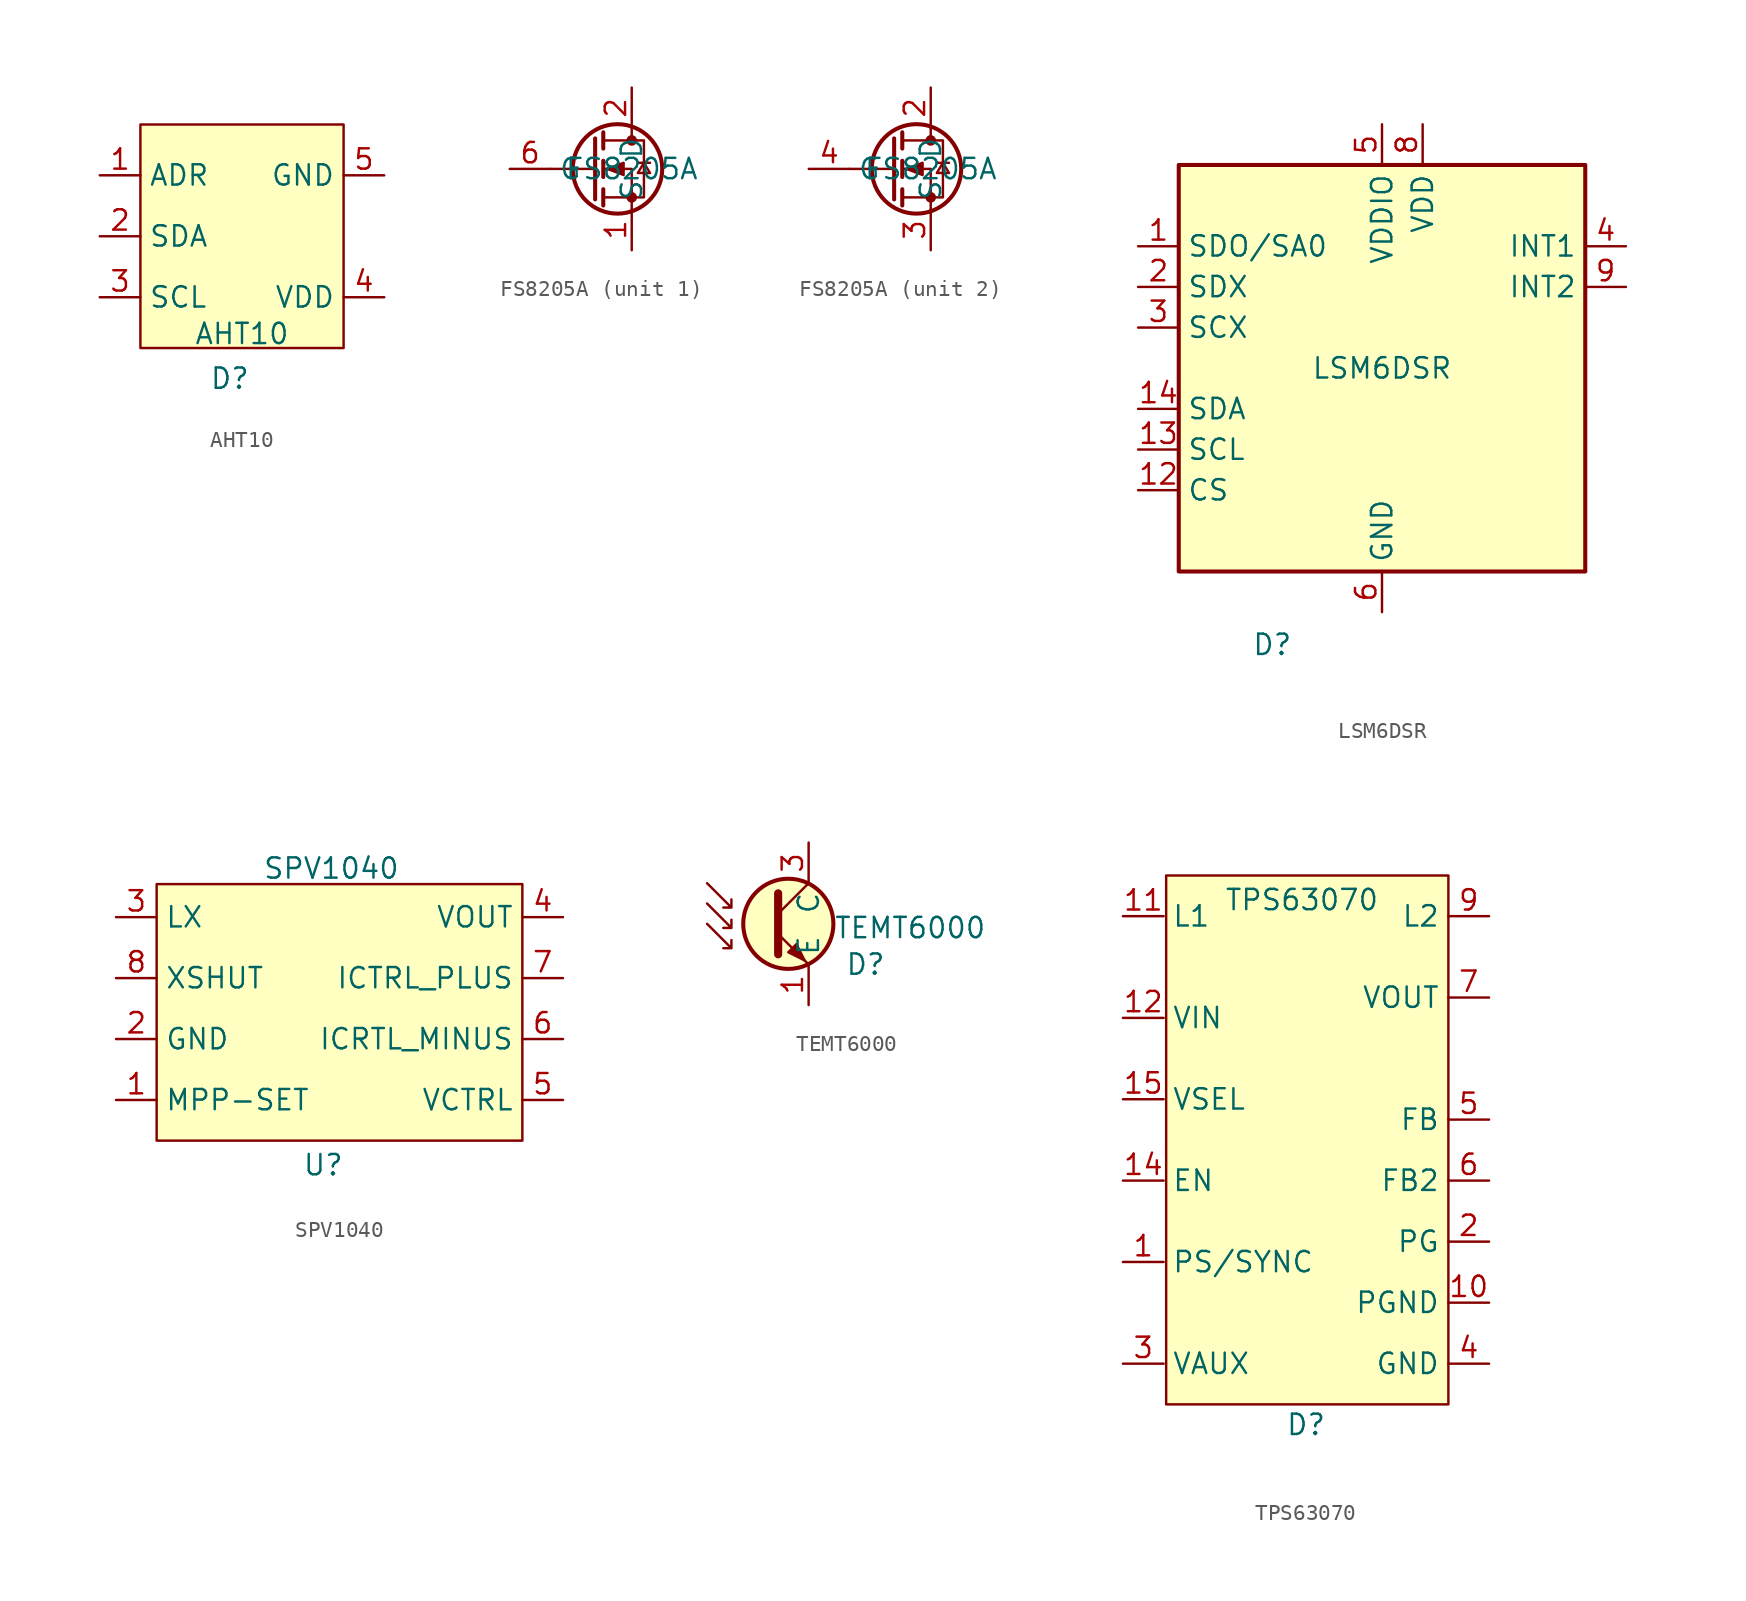
<source format=kicad_sym>
(kicad_symbol_lib
  (version 20241209)
  (generator "kicad_symbol_editor")
  (generator_version "9.0")
  (symbol "AHT10"
    (property "Reference" "D"
      (at -0.762 -8.89 0)
      (effects (font (size 1.27 1.27))))
    (property "Value" "AHT10"
      (at 0 -6.096 0)
      (effects (font (size 1.27 1.27))))
    (symbol "AHT10_1_1"
      (rectangle (start -6.35 6.985) (end 6.35 -6.985) (stroke (width 0) (type solid)) (fill (type color) (color 255 255 194 1)))
      (pin input line (at -8.89 3.81 0) (length 2.54) (name "ADR" (effects (font (size 1.27 1.27)))) (number "1" (effects (font (size 1.27 1.27)))))
      (pin bidirectional line (at -8.89 0 0) (length 2.54) (name "SDA" (effects (font (size 1.27 1.27)))) (number "2" (effects (font (size 1.27 1.27)))))
      (pin bidirectional line (at -8.89 -3.81 0) (length 2.54) (name "SCL" (effects (font (size 1.27 1.27)))) (number "3" (effects (font (size 1.27 1.27)))))
      (pin no_connect line (at 0 8.89 270) (length 2.54) (hide yes) (name "NC" (effects (font (size 1.27 1.27)))) (number "6" (effects (font (size 1.27 1.27)))))
      (pin power_in line (at 8.89 3.81 180) (length 2.54) (name "GND" (effects (font (size 1.27 1.27)))) (number "5" (effects (font (size 1.27 1.27)))))
      (pin power_in line (at 8.89 -3.81 180) (length 2.54) (name "VDD" (effects (font (size 1.27 1.27)))) (number "4" (effects (font (size 1.27 1.27)))))))
  (symbol "FS8205A"
    (property "Reference" "D"
      (at 1.524 -3.302 0)
      (effects (font (size 1.27 1.27)) (hide yes)))
    (property "Value" "FS8205A"
      (at 0 0 0)
      (effects (font (size 1.27 1.27))))
    (property "ki_locked" ""
      (at 0 0 0)
      (effects (font (size 1.27 1.27))))
    (symbol "FS8205A_0_1"
      (polyline (pts (xy -2.286 1.905) (xy -2.286 -1.905)) (stroke (width 0.254) (type default)) (fill (type none)))
      (polyline (pts (xy -2.286 0) (xy -5.08 0)) (stroke (width 0) (type default)) (fill (type none)))
      (polyline (pts (xy -1.778 2.286) (xy -1.778 1.27)) (stroke (width 0.254) (type default)) (fill (type none)))
      (polyline (pts (xy -1.778 0.508) (xy -1.778 -0.508)) (stroke (width 0.254) (type default)) (fill (type none)))
      (polyline (pts (xy -1.778 -1.27) (xy -1.778 -2.286)) (stroke (width 0.254) (type default)) (fill (type none)))
      (polyline (pts (xy -1.778 -1.778) (xy 0.762 -1.778) (xy 0.762 1.778) (xy -1.778 1.778)) (stroke (width 0) (type default)) (fill (type none)))
      (polyline (pts (xy -1.524 0) (xy -0.508 0.381) (xy -0.508 -0.381) (xy -1.524 0)) (stroke (width 0) (type default)) (fill (type outline)))
      (circle (center -0.889 0) (radius 2.794) (stroke (width 0.254) (type default)) (fill (type none)))
      (polyline (pts (xy 0 2.54) (xy 0 1.778)) (stroke (width 0) (type default)) (fill (type none)))
      (circle (center 0 1.778) (radius 0.254) (stroke (width 0) (type default)) (fill (type outline)))
      (circle (center 0 -1.778) (radius 0.254) (stroke (width 0) (type default)) (fill (type outline)))
      (polyline (pts (xy 0 -2.54) (xy 0 0) (xy -1.778 0)) (stroke (width 0) (type default)) (fill (type none)))
      (polyline (pts (xy 0.381 0.381) (xy 1.143 0.381)) (stroke (width 0) (type default)) (fill (type none)))
      (polyline (pts (xy 0.762 0.381) (xy 0.381 -0.254) (xy 1.143 -0.254) (xy 0.762 0.381)) (stroke (width 0) (type default)) (fill (type none))))
    (symbol "FS8205A_1_1"
      (pin input line (at -7.62 0 0) (length 2.54) (name "G" (effects (font (size 1.27 1.27)))) (number "6" (effects (font (size 1.27 1.27)))))
      (pin passive line (at 0 5.08 270) (length 2.54) (name "D" (effects (font (size 1.27 1.27)))) (number "2" (effects (font (size 1.27 1.27)))))
      (pin passive line (at 0 5.08 270) (length 2.54) (hide yes) (name "D" (effects (font (size 1.27 1.27)))) (number "5" (effects (font (size 1.27 1.27)))))
      (pin passive line (at 0 -5.08 90) (length 2.54) (name "S" (effects (font (size 1.27 1.27)))) (number "1" (effects (font (size 1.27 1.27))))))
    (symbol "FS8205A_2_1"
      (pin input line (at -7.62 0 0) (length 2.54) (name "G" (effects (font (size 1.27 1.27)))) (number "4" (effects (font (size 1.27 1.27)))))
      (pin passive line (at 0 5.08 270) (length 2.54) (name "D" (effects (font (size 1.27 1.27)))) (number "2" (effects (font (size 1.27 1.27)))))
      (pin passive line (at 0 5.08 270) (length 2.54) (hide yes) (name "D" (effects (font (size 1.27 1.27)))) (number "5" (effects (font (size 1.27 1.27)))))
      (pin passive line (at 0 -5.08 90) (length 2.54) (name "S" (effects (font (size 1.27 1.27)))) (number "3" (effects (font (size 1.27 1.27)))))))
  (symbol "LSM6DSR"
    (property "Reference" "D"
      (at -6.858 -17.272 0)
      (effects (font (size 1.27 1.27))))
    (property "Value" "LSM6DSR"
      (at 0 0 0)
      (effects (font (size 1.27 1.27))))
    (symbol "LSM6DSR_0_1"
      (rectangle (start -12.7 12.7) (end 12.7 -12.7) (stroke (width 0.254) (type default)) (fill (type background))))
    (symbol "LSM6DSR_1_1"
      (pin bidirectional line (at -15.24 7.62 0) (length 2.54) (name "SDO/SA0" (effects (font (size 1.27 1.27)))) (number "1" (effects (font (size 1.27 1.27)))))
      (pin bidirectional line (at -15.24 5.08 0) (length 2.54) (name "SDX" (effects (font (size 1.27 1.27)))) (number "2" (effects (font (size 1.27 1.27)))))
      (pin input line (at -15.24 2.54 0) (length 2.54) (name "SCX" (effects (font (size 1.27 1.27)))) (number "3" (effects (font (size 1.27 1.27)))))
      (pin bidirectional line (at -15.24 -2.54 0) (length 2.54) (name "SDA" (effects (font (size 1.27 1.27)))) (number "14" (effects (font (size 1.27 1.27)))))
      (pin input line (at -15.24 -5.08 0) (length 2.54) (name "SCL" (effects (font (size 1.27 1.27)))) (number "13" (effects (font (size 1.27 1.27)))))
      (pin input line (at -15.24 -7.62 0) (length 2.54) (name "CS" (effects (font (size 1.27 1.27)))) (number "12" (effects (font (size 1.27 1.27)))))
      (pin power_in line (at 0 15.24 270) (length 2.54) (name "VDDIO" (effects (font (size 1.27 1.27)))) (number "5" (effects (font (size 1.27 1.27)))))
      (pin power_in line (at 0 -15.24 90) (length 2.54) (name "GND" (effects (font (size 1.27 1.27)))) (number "6" (effects (font (size 1.27 1.27)))))
      (pin passive line (at 0 -15.24 90) (length 2.54) (hide yes) (name "GND" (effects (font (size 1.27 1.27)))) (number "7" (effects (font (size 1.27 1.27)))))
      (pin power_in line (at 2.54 15.24 270) (length 2.54) (name "VDD" (effects (font (size 1.27 1.27)))) (number "8" (effects (font (size 1.27 1.27)))))
      (pin no_connect line (at 12.7 -2.54 180) (length 3.81) (hide yes) (name "NC" (effects (font (size 1.27 1.27)))) (number "11" (effects (font (size 1.27 1.27)))))
      (pin no_connect line (at 12.7 -5.08 180) (length 3.81) (hide yes) (name "NC" (effects (font (size 1.27 1.27)))) (number "10" (effects (font (size 1.27 1.27)))))
      (pin output line (at 15.24 7.62 180) (length 2.54) (name "INT1" (effects (font (size 1.27 1.27)))) (number "4" (effects (font (size 1.27 1.27)))))
      (pin output line (at 15.24 5.08 180) (length 2.54) (name "INT2" (effects (font (size 1.27 1.27)))) (number "9" (effects (font (size 1.27 1.27)))))))
  (symbol "SPV1040"
    (property "Reference" "U"
      (at -1.016 -10.414 0)
      (effects (font (size 1.27 1.27))))
    (property "Value" "SPV1040"
      (at -0.508 8.128 0)
      (effects (font (size 1.27 1.27))))
    (symbol "SPV1040_1_1"
      (rectangle (start -11.43 7.144) (end 11.43 -8.89) (stroke (width 0) (type solid)) (fill (type color) (color 255 255 194 1)))
      (pin input line (at -13.97 5.08 0) (length 2.54) (name "LX" (effects (font (size 1.27 1.27)))) (number "3" (effects (font (size 1.27 1.27)))))
      (pin input line (at -13.97 1.27 0) (length 2.54) (name "XSHUT" (effects (font (size 1.27 1.27)))) (number "8" (effects (font (size 1.27 1.27)))))
      (pin power_in line (at -13.97 -2.54 0) (length 2.54) (name "GND" (effects (font (size 1.27 1.27)))) (number "2" (effects (font (size 1.27 1.27)))))
      (pin input line (at -13.97 -6.35 0) (length 2.54) (name "MPP-SET" (effects (font (size 1.27 1.27)))) (number "1" (effects (font (size 1.27 1.27)))))
      (pin output line (at 13.97 5.08 180) (length 2.54) (name "VOUT" (effects (font (size 1.27 1.27)))) (number "4" (effects (font (size 1.27 1.27)))))
      (pin input line (at 13.97 1.27 180) (length 2.54) (name "ICTRL_PLUS" (effects (font (size 1.27 1.27)))) (number "7" (effects (font (size 1.27 1.27)))))
      (pin input line (at 13.97 -2.54 180) (length 2.54) (name "ICRTL_MINUS" (effects (font (size 1.27 1.27)))) (number "6" (effects (font (size 1.27 1.27)))))
      (pin input line (at 13.97 -6.35 180) (length 2.54) (name "VCTRL" (effects (font (size 1.27 1.27)))) (number "5" (effects (font (size 1.27 1.27)))))))
  (symbol "TEMT6000"
    (property "Reference" "D"
      (at 3.556 -2.54 0)
      (effects (font (size 1.27 1.27))))
    (property "Value" "TEMT6000"
      (at 6.35 -0.254 0)
      (effects (font (size 1.27 1.27))))
    (symbol "TEMT6000_0_1"
      (polyline (pts (xy -6.35 2.54) (xy -4.826 1.016) (xy -5.334 1.016) (xy -4.826 1.016) (xy -4.826 1.524)) (stroke (width 0) (type default)) (fill (type none)))
      (polyline (pts (xy -6.35 1.27) (xy -4.826 -0.254) (xy -5.334 -0.254) (xy -4.826 -0.254) (xy -4.826 0.254)) (stroke (width 0) (type default)) (fill (type none)))
      (polyline (pts (xy -6.35 0) (xy -4.826 -1.524) (xy -5.334 -1.524) (xy -4.826 -1.524) (xy -4.826 -1.016)) (stroke (width 0) (type default)) (fill (type none)))
      (polyline (pts (xy -1.905 1.905) (xy -1.905 -1.905) (xy -1.905 -1.905)) (stroke (width 0.508) (type default)) (fill (type none)))
      (polyline (pts (xy -1.905 0.635) (xy 0 2.54)) (stroke (width 0) (type default)) (fill (type none)))
      (polyline (pts (xy -1.905 -0.635) (xy 0 -2.54) (xy 0 -2.54)) (stroke (width 0) (type default)) (fill (type none)))
      (circle (center -1.27 0) (radius 2.819) (stroke (width 0.254) (type default)) (fill (type background)))
      (polyline (pts (xy -1.27 -1.778) (xy -0.762 -1.27) (xy -0.254 -2.286) (xy -1.27 -1.778) (xy -1.27 -1.778)) (stroke (width 0) (type default)) (fill (type outline))))
    (symbol "TEMT6000_1_1"
      (pin no_connect line (at -5.08 0 0) (length 5.715) (hide yes) (name "B" (effects (font (size 1.27 1.27)))) (number "2" (effects (font (size 1.27 1.27)))))
      (pin passive line (at 0 5.08 270) (length 2.54) (name "C" (effects (font (size 1.27 1.27)))) (number "3" (effects (font (size 1.27 1.27)))))
      (pin passive line (at 0 -5.08 90) (length 2.54) (name "E" (effects (font (size 1.27 1.27)))) (number "1" (effects (font (size 1.27 1.27)))))))
  (symbol "TPS63070"
    (property "Reference" "D"
      (at 0 -17.78 0)
      (effects (font (size 1.27 1.27))))
    (property "Value" "TPS63070"
      (at -0.254 14.986 0)
      (effects (font (size 1.27 1.27))))
    (symbol "TPS63070_1_1"
      (rectangle (start -8.731 16.51) (end 8.89 -16.51) (stroke (width 0) (type solid)) (fill (type color) (color 255 255 194 1)))
      (pin input line (at -11.43 13.97 0) (length 2.54) (name "L1" (effects (font (size 1.27 1.27)))) (number "11" (effects (font (size 1.27 1.27)))))
      (pin input line (at -11.43 7.62 0) (length 2.54) (name "VIN" (effects (font (size 1.27 1.27)))) (number "12" (effects (font (size 1.27 1.27)))))
      (pin input line (at -11.43 7.62 0) (length 2.54) (hide yes) (name "VIN" (effects (font (size 1.27 1.27)))) (number "13" (effects (font (size 1.27 1.27)))))
      (pin output line (at -11.43 2.54 0) (length 2.54) (name "VSEL" (effects (font (size 1.27 1.27)))) (number "15" (effects (font (size 1.27 1.27)))))
      (pin input line (at -11.43 -2.54 0) (length 2.54) (name "EN" (effects (font (size 1.27 1.27)))) (number "14" (effects (font (size 1.27 1.27)))))
      (pin input line (at -11.43 -7.62 0) (length 2.54) (name "PS/SYNC" (effects (font (size 1.27 1.27)))) (number "1" (effects (font (size 1.27 1.27)))))
      (pin output line (at -11.43 -13.97 0) (length 2.54) (name "VAUX" (effects (font (size 1.27 1.27)))) (number "3" (effects (font (size 1.27 1.27)))))
      (pin input line (at 11.43 13.97 180) (length 2.54) (name "L2" (effects (font (size 1.27 1.27)))) (number "9" (effects (font (size 1.27 1.27)))))
      (pin output line (at 11.43 8.89 180) (length 2.54) (name "VOUT" (effects (font (size 1.27 1.27)))) (number "7" (effects (font (size 1.27 1.27)))))
      (pin output line (at 11.43 8.89 180) (length 2.54) (hide yes) (name "VOUT" (effects (font (size 1.27 1.27)))) (number "8" (effects (font (size 1.27 1.27)))))
      (pin input line (at 11.43 1.27 180) (length 2.54) (name "FB" (effects (font (size 1.27 1.27)))) (number "5" (effects (font (size 1.27 1.27)))))
      (pin output line (at 11.43 -2.54 180) (length 2.54) (name "FB2" (effects (font (size 1.27 1.27)))) (number "6" (effects (font (size 1.27 1.27)))))
      (pin input line (at 11.43 -6.35 180) (length 2.54) (name "PG" (effects (font (size 1.27 1.27)))) (number "2" (effects (font (size 1.27 1.27)))))
      (pin power_in line (at 11.43 -10.16 180) (length 2.54) (name "PGND" (effects (font (size 1.27 1.27)))) (number "10" (effects (font (size 1.27 1.27)))))
      (pin power_in line (at 11.43 -13.97 180) (length 2.54) (name "GND" (effects (font (size 1.27 1.27)))) (number "4" (effects (font (size 1.27 1.27))))))))
</source>
